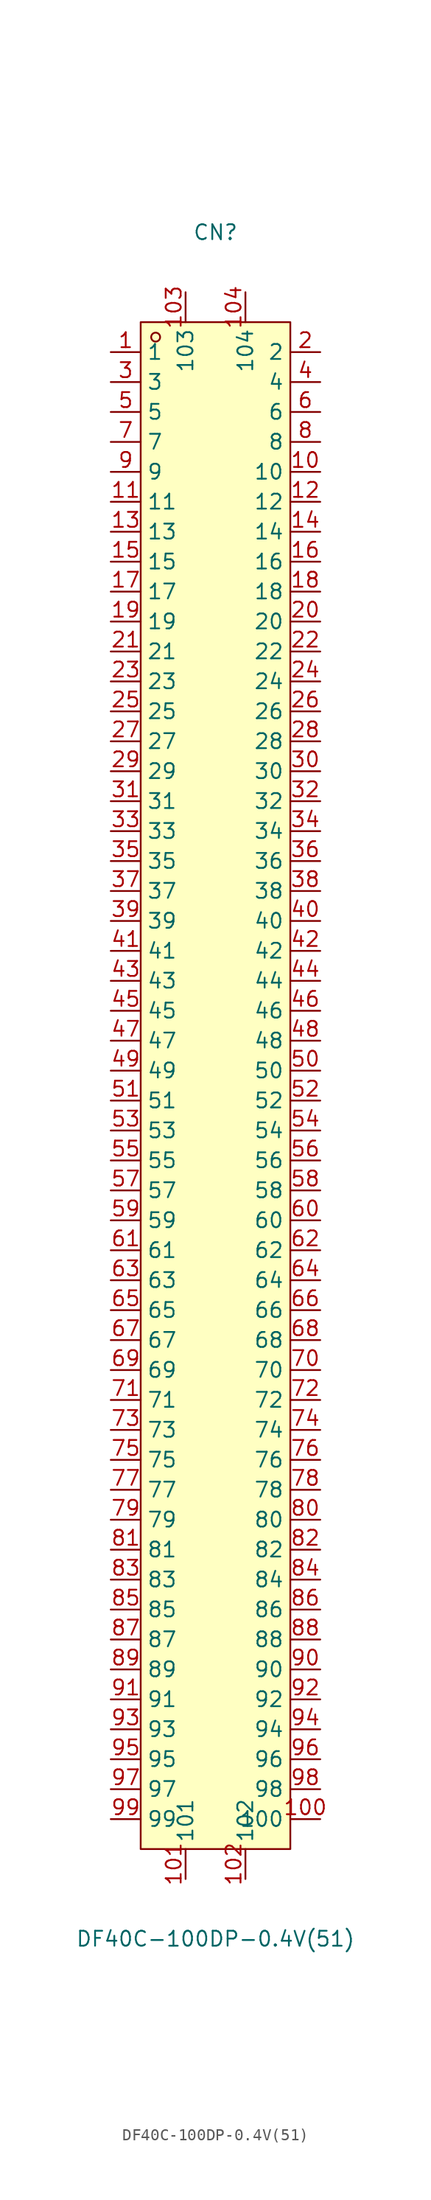
<source format=kicad_sym>
(kicad_symbol_lib
  (version 20231120)
  (generator "kicad_symbol_editor")
  (generator_version "8.0")
  (symbol "DF40C-100DP-0.4V(51)"
    (property "Reference" "CN"
      (at 0 72.39 0)
      (effects (font (size 1.27 1.27))))
    (property "Value" "DF40C-100DP-0.4V(51)"
      (at 0 -72.39 0)
      (effects (font (size 1.27 1.27))))
    (symbol "DF40C-100DP-0.4V(51)_0_1"
      (rectangle (start -6.35 64.77) (end 6.35 -64.77) (stroke (width 0) (type default)) (fill (type background)))
      (circle (center -5.08 63.5) (radius 0.38) (stroke (width 0) (type default)) (fill (type none)))
      (pin unspecified line (at -8.89 62.23 0) (length 2.54) (name "1" (effects (font (size 1.27 1.27)))) (number "1" (effects (font (size 1.27 1.27)))))
      (pin unspecified line (at 8.89 52.07 180) (length 2.54) (name "10" (effects (font (size 1.27 1.27)))) (number "10" (effects (font (size 1.27 1.27)))))
      (pin unspecified line (at 8.89 -62.23 180) (length 2.54) (name "100" (effects (font (size 1.27 1.27)))) (number "100" (effects (font (size 1.27 1.27)))))
      (pin unspecified line (at -2.54 -67.31 90) (length 2.54) (name "101" (effects (font (size 1.27 1.27)))) (number "101" (effects (font (size 1.27 1.27)))))
      (pin unspecified line (at 2.54 -67.31 90) (length 2.54) (name "102" (effects (font (size 1.27 1.27)))) (number "102" (effects (font (size 1.27 1.27)))))
      (pin unspecified line (at -2.54 67.31 270) (length 2.54) (name "103" (effects (font (size 1.27 1.27)))) (number "103" (effects (font (size 1.27 1.27)))))
      (pin unspecified line (at 2.54 67.31 270) (length 2.54) (name "104" (effects (font (size 1.27 1.27)))) (number "104" (effects (font (size 1.27 1.27)))))
      (pin unspecified line (at -8.89 49.53 0) (length 2.54) (name "11" (effects (font (size 1.27 1.27)))) (number "11" (effects (font (size 1.27 1.27)))))
      (pin unspecified line (at 8.89 49.53 180) (length 2.54) (name "12" (effects (font (size 1.27 1.27)))) (number "12" (effects (font (size 1.27 1.27)))))
      (pin unspecified line (at -8.89 46.99 0) (length 2.54) (name "13" (effects (font (size 1.27 1.27)))) (number "13" (effects (font (size 1.27 1.27)))))
      (pin unspecified line (at 8.89 46.99 180) (length 2.54) (name "14" (effects (font (size 1.27 1.27)))) (number "14" (effects (font (size 1.27 1.27)))))
      (pin unspecified line (at -8.89 44.45 0) (length 2.54) (name "15" (effects (font (size 1.27 1.27)))) (number "15" (effects (font (size 1.27 1.27)))))
      (pin unspecified line (at 8.89 44.45 180) (length 2.54) (name "16" (effects (font (size 1.27 1.27)))) (number "16" (effects (font (size 1.27 1.27)))))
      (pin unspecified line (at -8.89 41.91 0) (length 2.54) (name "17" (effects (font (size 1.27 1.27)))) (number "17" (effects (font (size 1.27 1.27)))))
      (pin unspecified line (at 8.89 41.91 180) (length 2.54) (name "18" (effects (font (size 1.27 1.27)))) (number "18" (effects (font (size 1.27 1.27)))))
      (pin unspecified line (at -8.89 39.37 0) (length 2.54) (name "19" (effects (font (size 1.27 1.27)))) (number "19" (effects (font (size 1.27 1.27)))))
      (pin unspecified line (at 8.89 62.23 180) (length 2.54) (name "2" (effects (font (size 1.27 1.27)))) (number "2" (effects (font (size 1.27 1.27)))))
      (pin unspecified line (at 8.89 39.37 180) (length 2.54) (name "20" (effects (font (size 1.27 1.27)))) (number "20" (effects (font (size 1.27 1.27)))))
      (pin unspecified line (at -8.89 36.83 0) (length 2.54) (name "21" (effects (font (size 1.27 1.27)))) (number "21" (effects (font (size 1.27 1.27)))))
      (pin unspecified line (at 8.89 36.83 180) (length 2.54) (name "22" (effects (font (size 1.27 1.27)))) (number "22" (effects (font (size 1.27 1.27)))))
      (pin unspecified line (at -8.89 34.29 0) (length 2.54) (name "23" (effects (font (size 1.27 1.27)))) (number "23" (effects (font (size 1.27 1.27)))))
      (pin unspecified line (at 8.89 34.29 180) (length 2.54) (name "24" (effects (font (size 1.27 1.27)))) (number "24" (effects (font (size 1.27 1.27)))))
      (pin unspecified line (at -8.89 31.75 0) (length 2.54) (name "25" (effects (font (size 1.27 1.27)))) (number "25" (effects (font (size 1.27 1.27)))))
      (pin unspecified line (at 8.89 31.75 180) (length 2.54) (name "26" (effects (font (size 1.27 1.27)))) (number "26" (effects (font (size 1.27 1.27)))))
      (pin unspecified line (at -8.89 29.21 0) (length 2.54) (name "27" (effects (font (size 1.27 1.27)))) (number "27" (effects (font (size 1.27 1.27)))))
      (pin unspecified line (at 8.89 29.21 180) (length 2.54) (name "28" (effects (font (size 1.27 1.27)))) (number "28" (effects (font (size 1.27 1.27)))))
      (pin unspecified line (at -8.89 26.67 0) (length 2.54) (name "29" (effects (font (size 1.27 1.27)))) (number "29" (effects (font (size 1.27 1.27)))))
      (pin unspecified line (at -8.89 59.69 0) (length 2.54) (name "3" (effects (font (size 1.27 1.27)))) (number "3" (effects (font (size 1.27 1.27)))))
      (pin unspecified line (at 8.89 26.67 180) (length 2.54) (name "30" (effects (font (size 1.27 1.27)))) (number "30" (effects (font (size 1.27 1.27)))))
      (pin unspecified line (at -8.89 24.13 0) (length 2.54) (name "31" (effects (font (size 1.27 1.27)))) (number "31" (effects (font (size 1.27 1.27)))))
      (pin unspecified line (at 8.89 24.13 180) (length 2.54) (name "32" (effects (font (size 1.27 1.27)))) (number "32" (effects (font (size 1.27 1.27)))))
      (pin unspecified line (at -8.89 21.59 0) (length 2.54) (name "33" (effects (font (size 1.27 1.27)))) (number "33" (effects (font (size 1.27 1.27)))))
      (pin unspecified line (at 8.89 21.59 180) (length 2.54) (name "34" (effects (font (size 1.27 1.27)))) (number "34" (effects (font (size 1.27 1.27)))))
      (pin unspecified line (at -8.89 19.05 0) (length 2.54) (name "35" (effects (font (size 1.27 1.27)))) (number "35" (effects (font (size 1.27 1.27)))))
      (pin unspecified line (at 8.89 19.05 180) (length 2.54) (name "36" (effects (font (size 1.27 1.27)))) (number "36" (effects (font (size 1.27 1.27)))))
      (pin unspecified line (at -8.89 16.51 0) (length 2.54) (name "37" (effects (font (size 1.27 1.27)))) (number "37" (effects (font (size 1.27 1.27)))))
      (pin unspecified line (at 8.89 16.51 180) (length 2.54) (name "38" (effects (font (size 1.27 1.27)))) (number "38" (effects (font (size 1.27 1.27)))))
      (pin unspecified line (at -8.89 13.97 0) (length 2.54) (name "39" (effects (font (size 1.27 1.27)))) (number "39" (effects (font (size 1.27 1.27)))))
      (pin unspecified line (at 8.89 59.69 180) (length 2.54) (name "4" (effects (font (size 1.27 1.27)))) (number "4" (effects (font (size 1.27 1.27)))))
      (pin unspecified line (at 8.89 13.97 180) (length 2.54) (name "40" (effects (font (size 1.27 1.27)))) (number "40" (effects (font (size 1.27 1.27)))))
      (pin unspecified line (at -8.89 11.43 0) (length 2.54) (name "41" (effects (font (size 1.27 1.27)))) (number "41" (effects (font (size 1.27 1.27)))))
      (pin unspecified line (at 8.89 11.43 180) (length 2.54) (name "42" (effects (font (size 1.27 1.27)))) (number "42" (effects (font (size 1.27 1.27)))))
      (pin unspecified line (at -8.89 8.89 0) (length 2.54) (name "43" (effects (font (size 1.27 1.27)))) (number "43" (effects (font (size 1.27 1.27)))))
      (pin unspecified line (at 8.89 8.89 180) (length 2.54) (name "44" (effects (font (size 1.27 1.27)))) (number "44" (effects (font (size 1.27 1.27)))))
      (pin unspecified line (at -8.89 6.35 0) (length 2.54) (name "45" (effects (font (size 1.27 1.27)))) (number "45" (effects (font (size 1.27 1.27)))))
      (pin unspecified line (at 8.89 6.35 180) (length 2.54) (name "46" (effects (font (size 1.27 1.27)))) (number "46" (effects (font (size 1.27 1.27)))))
      (pin unspecified line (at -8.89 3.81 0) (length 2.54) (name "47" (effects (font (size 1.27 1.27)))) (number "47" (effects (font (size 1.27 1.27)))))
      (pin unspecified line (at 8.89 3.81 180) (length 2.54) (name "48" (effects (font (size 1.27 1.27)))) (number "48" (effects (font (size 1.27 1.27)))))
      (pin unspecified line (at -8.89 1.27 0) (length 2.54) (name "49" (effects (font (size 1.27 1.27)))) (number "49" (effects (font (size 1.27 1.27)))))
      (pin unspecified line (at -8.89 57.15 0) (length 2.54) (name "5" (effects (font (size 1.27 1.27)))) (number "5" (effects (font (size 1.27 1.27)))))
      (pin unspecified line (at 8.89 1.27 180) (length 2.54) (name "50" (effects (font (size 1.27 1.27)))) (number "50" (effects (font (size 1.27 1.27)))))
      (pin unspecified line (at -8.89 -1.27 0) (length 2.54) (name "51" (effects (font (size 1.27 1.27)))) (number "51" (effects (font (size 1.27 1.27)))))
      (pin unspecified line (at 8.89 -1.27 180) (length 2.54) (name "52" (effects (font (size 1.27 1.27)))) (number "52" (effects (font (size 1.27 1.27)))))
      (pin unspecified line (at -8.89 -3.81 0) (length 2.54) (name "53" (effects (font (size 1.27 1.27)))) (number "53" (effects (font (size 1.27 1.27)))))
      (pin unspecified line (at 8.89 -3.81 180) (length 2.54) (name "54" (effects (font (size 1.27 1.27)))) (number "54" (effects (font (size 1.27 1.27)))))
      (pin unspecified line (at -8.89 -6.35 0) (length 2.54) (name "55" (effects (font (size 1.27 1.27)))) (number "55" (effects (font (size 1.27 1.27)))))
      (pin unspecified line (at 8.89 -6.35 180) (length 2.54) (name "56" (effects (font (size 1.27 1.27)))) (number "56" (effects (font (size 1.27 1.27)))))
      (pin unspecified line (at -8.89 -8.89 0) (length 2.54) (name "57" (effects (font (size 1.27 1.27)))) (number "57" (effects (font (size 1.27 1.27)))))
      (pin unspecified line (at 8.89 -8.89 180) (length 2.54) (name "58" (effects (font (size 1.27 1.27)))) (number "58" (effects (font (size 1.27 1.27)))))
      (pin unspecified line (at -8.89 -11.43 0) (length 2.54) (name "59" (effects (font (size 1.27 1.27)))) (number "59" (effects (font (size 1.27 1.27)))))
      (pin unspecified line (at 8.89 57.15 180) (length 2.54) (name "6" (effects (font (size 1.27 1.27)))) (number "6" (effects (font (size 1.27 1.27)))))
      (pin unspecified line (at 8.89 -11.43 180) (length 2.54) (name "60" (effects (font (size 1.27 1.27)))) (number "60" (effects (font (size 1.27 1.27)))))
      (pin unspecified line (at -8.89 -13.97 0) (length 2.54) (name "61" (effects (font (size 1.27 1.27)))) (number "61" (effects (font (size 1.27 1.27)))))
      (pin unspecified line (at 8.89 -13.97 180) (length 2.54) (name "62" (effects (font (size 1.27 1.27)))) (number "62" (effects (font (size 1.27 1.27)))))
      (pin unspecified line (at -8.89 -16.51 0) (length 2.54) (name "63" (effects (font (size 1.27 1.27)))) (number "63" (effects (font (size 1.27 1.27)))))
      (pin unspecified line (at 8.89 -16.51 180) (length 2.54) (name "64" (effects (font (size 1.27 1.27)))) (number "64" (effects (font (size 1.27 1.27)))))
      (pin unspecified line (at -8.89 -19.05 0) (length 2.54) (name "65" (effects (font (size 1.27 1.27)))) (number "65" (effects (font (size 1.27 1.27)))))
      (pin unspecified line (at 8.89 -19.05 180) (length 2.54) (name "66" (effects (font (size 1.27 1.27)))) (number "66" (effects (font (size 1.27 1.27)))))
      (pin unspecified line (at -8.89 -21.59 0) (length 2.54) (name "67" (effects (font (size 1.27 1.27)))) (number "67" (effects (font (size 1.27 1.27)))))
      (pin unspecified line (at 8.89 -21.59 180) (length 2.54) (name "68" (effects (font (size 1.27 1.27)))) (number "68" (effects (font (size 1.27 1.27)))))
      (pin unspecified line (at -8.89 -24.13 0) (length 2.54) (name "69" (effects (font (size 1.27 1.27)))) (number "69" (effects (font (size 1.27 1.27)))))
      (pin unspecified line (at -8.89 54.61 0) (length 2.54) (name "7" (effects (font (size 1.27 1.27)))) (number "7" (effects (font (size 1.27 1.27)))))
      (pin unspecified line (at 8.89 -24.13 180) (length 2.54) (name "70" (effects (font (size 1.27 1.27)))) (number "70" (effects (font (size 1.27 1.27)))))
      (pin unspecified line (at -8.89 -26.67 0) (length 2.54) (name "71" (effects (font (size 1.27 1.27)))) (number "71" (effects (font (size 1.27 1.27)))))
      (pin unspecified line (at 8.89 -26.67 180) (length 2.54) (name "72" (effects (font (size 1.27 1.27)))) (number "72" (effects (font (size 1.27 1.27)))))
      (pin unspecified line (at -8.89 -29.21 0) (length 2.54) (name "73" (effects (font (size 1.27 1.27)))) (number "73" (effects (font (size 1.27 1.27)))))
      (pin unspecified line (at 8.89 -29.21 180) (length 2.54) (name "74" (effects (font (size 1.27 1.27)))) (number "74" (effects (font (size 1.27 1.27)))))
      (pin unspecified line (at -8.89 -31.75 0) (length 2.54) (name "75" (effects (font (size 1.27 1.27)))) (number "75" (effects (font (size 1.27 1.27)))))
      (pin unspecified line (at 8.89 -31.75 180) (length 2.54) (name "76" (effects (font (size 1.27 1.27)))) (number "76" (effects (font (size 1.27 1.27)))))
      (pin unspecified line (at -8.89 -34.29 0) (length 2.54) (name "77" (effects (font (size 1.27 1.27)))) (number "77" (effects (font (size 1.27 1.27)))))
      (pin unspecified line (at 8.89 -34.29 180) (length 2.54) (name "78" (effects (font (size 1.27 1.27)))) (number "78" (effects (font (size 1.27 1.27)))))
      (pin unspecified line (at -8.89 -36.83 0) (length 2.54) (name "79" (effects (font (size 1.27 1.27)))) (number "79" (effects (font (size 1.27 1.27)))))
      (pin unspecified line (at 8.89 54.61 180) (length 2.54) (name "8" (effects (font (size 1.27 1.27)))) (number "8" (effects (font (size 1.27 1.27)))))
      (pin unspecified line (at 8.89 -36.83 180) (length 2.54) (name "80" (effects (font (size 1.27 1.27)))) (number "80" (effects (font (size 1.27 1.27)))))
      (pin unspecified line (at -8.89 -39.37 0) (length 2.54) (name "81" (effects (font (size 1.27 1.27)))) (number "81" (effects (font (size 1.27 1.27)))))
      (pin unspecified line (at 8.89 -39.37 180) (length 2.54) (name "82" (effects (font (size 1.27 1.27)))) (number "82" (effects (font (size 1.27 1.27)))))
      (pin unspecified line (at -8.89 -41.91 0) (length 2.54) (name "83" (effects (font (size 1.27 1.27)))) (number "83" (effects (font (size 1.27 1.27)))))
      (pin unspecified line (at 8.89 -41.91 180) (length 2.54) (name "84" (effects (font (size 1.27 1.27)))) (number "84" (effects (font (size 1.27 1.27)))))
      (pin unspecified line (at -8.89 -44.45 0) (length 2.54) (name "85" (effects (font (size 1.27 1.27)))) (number "85" (effects (font (size 1.27 1.27)))))
      (pin unspecified line (at 8.89 -44.45 180) (length 2.54) (name "86" (effects (font (size 1.27 1.27)))) (number "86" (effects (font (size 1.27 1.27)))))
      (pin unspecified line (at -8.89 -46.99 0) (length 2.54) (name "87" (effects (font (size 1.27 1.27)))) (number "87" (effects (font (size 1.27 1.27)))))
      (pin unspecified line (at 8.89 -46.99 180) (length 2.54) (name "88" (effects (font (size 1.27 1.27)))) (number "88" (effects (font (size 1.27 1.27)))))
      (pin unspecified line (at -8.89 -49.53 0) (length 2.54) (name "89" (effects (font (size 1.27 1.27)))) (number "89" (effects (font (size 1.27 1.27)))))
      (pin unspecified line (at -8.89 52.07 0) (length 2.54) (name "9" (effects (font (size 1.27 1.27)))) (number "9" (effects (font (size 1.27 1.27)))))
      (pin unspecified line (at 8.89 -49.53 180) (length 2.54) (name "90" (effects (font (size 1.27 1.27)))) (number "90" (effects (font (size 1.27 1.27)))))
      (pin unspecified line (at -8.89 -52.07 0) (length 2.54) (name "91" (effects (font (size 1.27 1.27)))) (number "91" (effects (font (size 1.27 1.27)))))
      (pin unspecified line (at 8.89 -52.07 180) (length 2.54) (name "92" (effects (font (size 1.27 1.27)))) (number "92" (effects (font (size 1.27 1.27)))))
      (pin unspecified line (at -8.89 -54.61 0) (length 2.54) (name "93" (effects (font (size 1.27 1.27)))) (number "93" (effects (font (size 1.27 1.27)))))
      (pin unspecified line (at 8.89 -54.61 180) (length 2.54) (name "94" (effects (font (size 1.27 1.27)))) (number "94" (effects (font (size 1.27 1.27)))))
      (pin unspecified line (at -8.89 -57.15 0) (length 2.54) (name "95" (effects (font (size 1.27 1.27)))) (number "95" (effects (font (size 1.27 1.27)))))
      (pin unspecified line (at 8.89 -57.15 180) (length 2.54) (name "96" (effects (font (size 1.27 1.27)))) (number "96" (effects (font (size 1.27 1.27)))))
      (pin unspecified line (at -8.89 -59.69 0) (length 2.54) (name "97" (effects (font (size 1.27 1.27)))) (number "97" (effects (font (size 1.27 1.27)))))
      (pin unspecified line (at 8.89 -59.69 180) (length 2.54) (name "98" (effects (font (size 1.27 1.27)))) (number "98" (effects (font (size 1.27 1.27)))))
      (pin unspecified line (at -8.89 -62.23 0) (length 2.54) (name "99" (effects (font (size 1.27 1.27)))) (number "99" (effects (font (size 1.27 1.27))))))))
</source>
